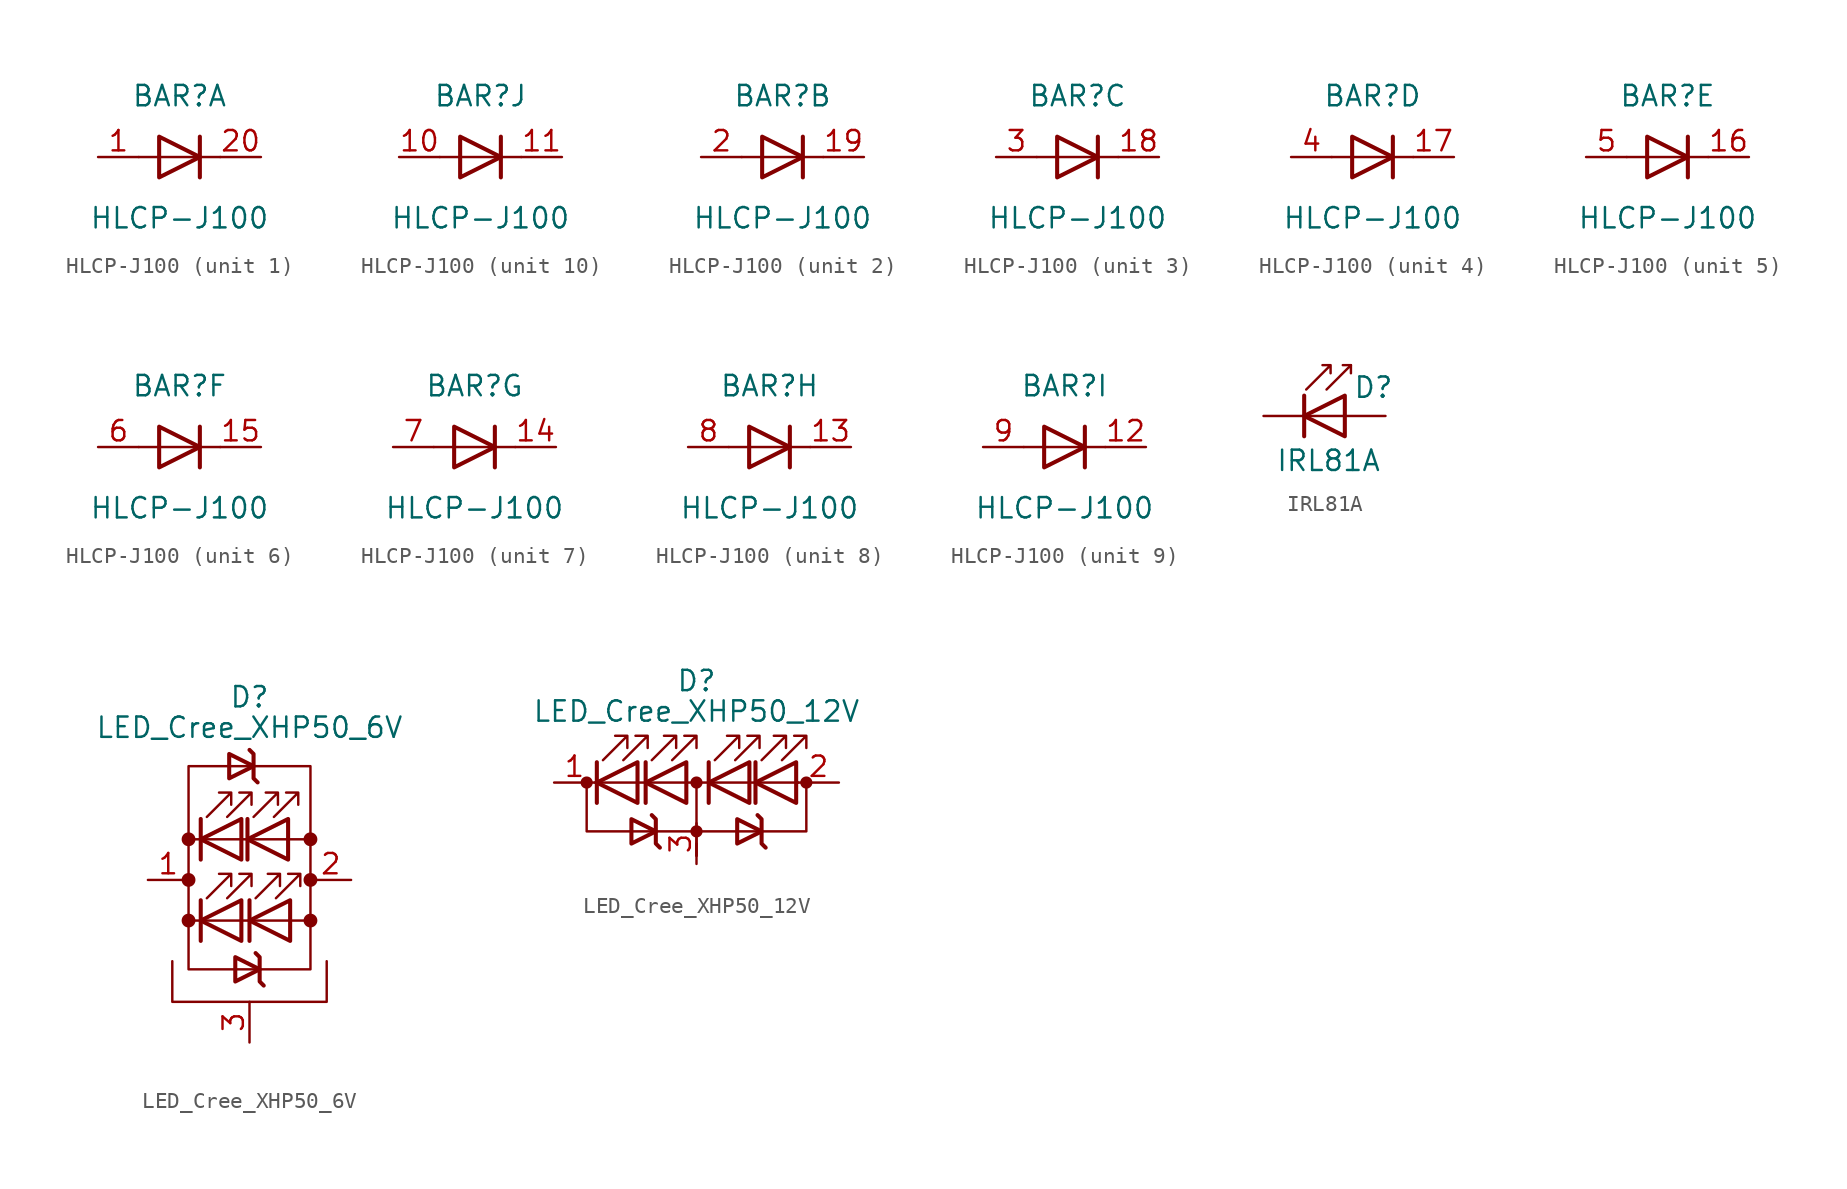
<source format=kicad_sym>
(kicad_symbol_lib
  (version 20201005)
  (generator kicad_symbol_editor)
  (symbol "HLCP-J100"
    (pin_names
      (offset 1.016) hide)
    (property "Reference" "BAR"
      (at 0 3.81 0)
      (effects (font (size 1.27 1.27))))
    (property "Value" "HLCP-J100"
      (at 0 -3.81 0)
      (effects (font (size 1.27 1.27))))
    (symbol "HLCP-J100_0_1"
      (polyline (pts (xy -2.54 0) (xy 2.54 0)) (stroke (width 0)) (fill (type none)))
      (polyline (pts (xy 1.27 -1.27) (xy 1.27 1.27)) (stroke (width 0.254)) (fill (type none)))
      (polyline (pts (xy -1.27 1.27) (xy -1.27 -1.27) (xy 1.27 0) (xy -1.27 1.27)) (stroke (width 0.254)) (fill (type none))))
    (symbol "HLCP-J100_1_1"
      (pin passive line (at -5.08 0 0) (length 2.54) (name "A" (effects (font (size 1.27 1.27)))) (number "1" (effects (font (size 1.27 1.27)))))
      (pin passive line (at 5.08 0 180) (length 2.54) (name "K" (effects (font (size 1.27 1.27)))) (number "20" (effects (font (size 1.27 1.27))))))
    (symbol "HLCP-J100_2_1"
      (pin passive line (at 5.08 0 180) (length 2.54) (name "K" (effects (font (size 1.27 1.27)))) (number "19" (effects (font (size 1.27 1.27)))))
      (pin passive line (at -5.08 0 0) (length 2.54) (name "A" (effects (font (size 1.27 1.27)))) (number "2" (effects (font (size 1.27 1.27))))))
    (symbol "HLCP-J100_3_1"
      (pin passive line (at 5.08 0 180) (length 2.54) (name "K" (effects (font (size 1.27 1.27)))) (number "18" (effects (font (size 1.27 1.27)))))
      (pin passive line (at -5.08 0 0) (length 2.54) (name "A" (effects (font (size 1.27 1.27)))) (number "3" (effects (font (size 1.27 1.27))))))
    (symbol "HLCP-J100_4_1"
      (pin passive line (at 5.08 0 180) (length 2.54) (name "K" (effects (font (size 1.27 1.27)))) (number "17" (effects (font (size 1.27 1.27)))))
      (pin passive line (at -5.08 0 0) (length 2.54) (name "A" (effects (font (size 1.27 1.27)))) (number "4" (effects (font (size 1.27 1.27))))))
    (symbol "HLCP-J100_5_1"
      (pin passive line (at 5.08 0 180) (length 2.54) (name "K" (effects (font (size 1.27 1.27)))) (number "16" (effects (font (size 1.27 1.27)))))
      (pin passive line (at -5.08 0 0) (length 2.54) (name "A" (effects (font (size 1.27 1.27)))) (number "5" (effects (font (size 1.27 1.27))))))
    (symbol "HLCP-J100_6_1"
      (pin passive line (at 5.08 0 180) (length 2.54) (name "K" (effects (font (size 1.27 1.27)))) (number "15" (effects (font (size 1.27 1.27)))))
      (pin passive line (at -5.08 0 0) (length 2.54) (name "A" (effects (font (size 1.27 1.27)))) (number "6" (effects (font (size 1.27 1.27))))))
    (symbol "HLCP-J100_7_1"
      (pin passive line (at 5.08 0 180) (length 2.54) (name "K" (effects (font (size 1.27 1.27)))) (number "14" (effects (font (size 1.27 1.27)))))
      (pin passive line (at -5.08 0 0) (length 2.54) (name "A" (effects (font (size 1.27 1.27)))) (number "7" (effects (font (size 1.27 1.27))))))
    (symbol "HLCP-J100_8_1"
      (pin passive line (at 5.08 0 180) (length 2.54) (name "K" (effects (font (size 1.27 1.27)))) (number "13" (effects (font (size 1.27 1.27)))))
      (pin passive line (at -5.08 0 0) (length 2.54) (name "A" (effects (font (size 1.27 1.27)))) (number "8" (effects (font (size 1.27 1.27))))))
    (symbol "HLCP-J100_9_1"
      (pin passive line (at 5.08 0 180) (length 2.54) (name "K" (effects (font (size 1.27 1.27)))) (number "12" (effects (font (size 1.27 1.27)))))
      (pin passive line (at -5.08 0 0) (length 2.54) (name "A" (effects (font (size 1.27 1.27)))) (number "9" (effects (font (size 1.27 1.27))))))
    (symbol "HLCP-J100_10_1"
      (pin passive line (at -5.08 0 0) (length 2.54) (name "A" (effects (font (size 1.27 1.27)))) (number "10" (effects (font (size 1.27 1.27)))))
      (pin passive line (at 5.08 0 180) (length 2.54) (name "K" (effects (font (size 1.27 1.27)))) (number "11" (effects (font (size 1.27 1.27)))))))
  (symbol "IRL81A"
    (pin_numbers hide)
    (pin_names
      (offset 1.016) hide)
    (property "Reference" "D"
      (at 0.508 1.778 0)
      (effects (font (size 1.27 1.27)) (justify left)))
    (property "Value" "IRL81A"
      (at -1.016 -2.794 0)
      (effects (font (size 1.27 1.27))))
    (symbol "IRL81A_0_1"
      (polyline (pts (xy -2.54 0) (xy 0 0)) (stroke (width 0)) (fill (type none)))
      (polyline (pts (xy -2.54 1.27) (xy -2.54 -1.27)) (stroke (width 0.254)) (fill (type none)))
      (polyline (pts (xy 0.381 3.175) (xy -0.127 3.175)) (stroke (width 0)) (fill (type none)))
      (polyline (pts (xy -1.143 1.651) (xy 0.381 3.175) (xy 0.381 2.667)) (stroke (width 0)) (fill (type none)))
      (polyline (pts (xy 0 -1.27) (xy 0 1.27) (xy -2.54 0) (xy 0 -1.27)) (stroke (width 0.254)) (fill (type none)))
      (polyline (pts (xy -2.413 1.651) (xy -0.889 3.175) (xy -0.889 2.667) (xy -0.889 3.175) (xy -1.397 3.175)) (stroke (width 0)) (fill (type none))))
    (symbol "IRL81A_1_1"
      (pin passive line (at -5.08 0 0) (length 2.54) (name "K" (effects (font (size 1.27 1.27)))) (number "1" (effects (font (size 1.27 1.27)))))
      (pin passive line (at 2.54 0 180) (length 2.54) (name "A" (effects (font (size 1.27 1.27)))) (number "2" (effects (font (size 1.27 1.27)))))))
  (symbol "LED_Cree_XHP50_6V"
    (pin_names
      (offset 1.016) hide)
    (property "Reference" "D"
      (at 0 11.43 0)
      (effects (font (size 1.27 1.27))))
    (property "Value" "LED_Cree_XHP50_6V"
      (at 0 9.525 0)
      (effects (font (size 1.27 1.27))))
    (symbol "LED_Cree_XHP50_6V_0_1"
      (circle (center -3.81 -2.54) (radius 0.356) (stroke (width 0)) (fill (type outline)))
      (circle (center -3.81 0) (radius 0.356) (stroke (width 0)) (fill (type outline)))
      (circle (center -3.81 2.54) (radius 0.356) (stroke (width 0)) (fill (type outline)))
      (circle (center 3.81 -2.54) (radius 0.356) (stroke (width 0)) (fill (type outline)))
      (circle (center 3.81 0) (radius 0.356) (stroke (width 0)) (fill (type outline)))
      (circle (center 3.81 2.54) (radius 0.356) (stroke (width 0)) (fill (type outline)))
      (polyline (pts (xy -3.81 -2.54) (xy 3.81 -2.54)) (stroke (width 0)) (fill (type none)))
      (polyline (pts (xy -3.048 -3.81) (xy -3.048 -1.27)) (stroke (width 0.254)) (fill (type none)))
      (polyline (pts (xy -3.048 1.27) (xy -3.048 3.81)) (stroke (width 0.254)) (fill (type none)))
      (polyline (pts (xy -0.127 1.27) (xy -0.127 3.81)) (stroke (width 0.254)) (fill (type none)))
      (polyline (pts (xy 0 -3.81) (xy 0 -1.27)) (stroke (width 0.254)) (fill (type none)))
      (polyline (pts (xy 3.81 2.54) (xy -3.81 2.54)) (stroke (width 0)) (fill (type none)))
      (polyline (pts (xy -4.826 -5.08) (xy -4.826 -7.62) (xy 4.826 -7.62) (xy 4.826 -5.08)) (stroke (width 0)) (fill (type none)))
      (polyline (pts (xy -0.508 -3.81) (xy -0.508 -1.27) (xy -3.048 -2.54) (xy -0.508 -3.81)) (stroke (width 0.254)) (fill (type none)))
      (polyline (pts (xy -0.508 1.27) (xy -0.508 3.81) (xy -3.048 2.54) (xy -0.508 1.27)) (stroke (width 0.254)) (fill (type none)))
      (polyline (pts (xy 0.508 6.096) (xy 0.254 6.35) (xy 0.254 7.874) (xy 0 8.128)) (stroke (width 0.254)) (fill (type none)))
      (polyline (pts (xy 0.889 -6.604) (xy 0.635 -6.35) (xy 0.635 -4.826) (xy 0.381 -4.572)) (stroke (width 0.254)) (fill (type none)))
      (polyline (pts (xy 2.413 1.27) (xy 2.413 3.81) (xy -0.127 2.54) (xy 2.413 1.27)) (stroke (width 0.254)) (fill (type none)))
      (polyline (pts (xy 2.54 -3.81) (xy 2.54 -1.27) (xy 0 -2.54) (xy 2.54 -3.81)) (stroke (width 0.254)) (fill (type none)))
      (polyline (pts (xy -3.81 -5.588) (xy -3.81 7.112) (xy 3.81 7.112) (xy 3.81 -5.588) (xy -3.81 -5.588)) (stroke (width 0)) (fill (type none)))
      (polyline (pts (xy -2.667 -1.143) (xy -1.143 0.381) (xy -1.905 0.381) (xy -1.143 0.381) (xy -1.143 -0.381)) (stroke (width 0)) (fill (type none)))
      (polyline (pts (xy -2.667 3.937) (xy -1.143 5.461) (xy -1.905 5.461) (xy -1.143 5.461) (xy -1.143 4.699)) (stroke (width 0)) (fill (type none)))
      (polyline (pts (xy -1.397 -1.143) (xy 0.127 0.381) (xy -0.635 0.381) (xy 0.127 0.381) (xy 0.127 -0.381)) (stroke (width 0)) (fill (type none)))
      (polyline (pts (xy -1.397 3.937) (xy 0.127 5.461) (xy -0.635 5.461) (xy 0.127 5.461) (xy 0.127 4.699)) (stroke (width 0)) (fill (type none)))
      (polyline (pts (xy -1.27 6.35) (xy -1.27 7.874) (xy 0.254 7.112) (xy -1.27 6.35) (xy -1.27 6.604)) (stroke (width 0.254)) (fill (type none)))
      (polyline (pts (xy -0.889 -6.35) (xy -0.889 -4.826) (xy 0.635 -5.588) (xy -0.889 -6.35) (xy -0.889 -6.096)) (stroke (width 0.254)) (fill (type none)))
      (polyline (pts (xy 0.254 3.937) (xy 1.778 5.461) (xy 1.016 5.461) (xy 1.778 5.461) (xy 1.778 4.699)) (stroke (width 0)) (fill (type none)))
      (polyline (pts (xy 0.381 -1.143) (xy 1.905 0.381) (xy 1.143 0.381) (xy 1.905 0.381) (xy 1.905 -0.381)) (stroke (width 0)) (fill (type none)))
      (polyline (pts (xy 1.524 3.937) (xy 3.048 5.461) (xy 2.286 5.461) (xy 3.048 5.461) (xy 3.048 4.699)) (stroke (width 0)) (fill (type none)))
      (polyline (pts (xy 1.651 -1.143) (xy 3.175 0.381) (xy 2.413 0.381) (xy 3.175 0.381) (xy 3.175 -0.381)) (stroke (width 0)) (fill (type none))))
    (symbol "LED_Cree_XHP50_6V_1_1"
      (pin passive line (at -6.35 0 0) (length 2.54) (name "K" (effects (font (size 1.27 1.27)))) (number "1" (effects (font (size 1.27 1.27)))))
      (pin passive line (at 6.35 0 180) (length 2.54) (name "A" (effects (font (size 1.27 1.27)))) (number "2" (effects (font (size 1.27 1.27)))))
      (pin passive line (at 0 -10.16 90) (length 2.54) (name "PAD" (effects (font (size 1.27 1.27)))) (number "3" (effects (font (size 1.27 1.27)))))))
  (symbol "LED_Cree_XHP50_12V"
    (pin_names
      (offset 1.016) hide)
    (property "Reference" "D"
      (at 0 6.35 0)
      (effects (font (size 1.27 1.27))))
    (property "Value" "LED_Cree_XHP50_12V"
      (at 0 4.445 0)
      (effects (font (size 1.27 1.27))))
    (symbol "LED_Cree_XHP50_12V_0_1"
      (circle (center -6.858 0) (radius 0.254) (stroke (width 0.254)) (fill (type outline)))
      (circle (center 0 -3.048) (radius 0.254) (stroke (width 0.254)) (fill (type outline)))
      (circle (center 0 0) (radius 0.254) (stroke (width 0.254)) (fill (type outline)))
      (circle (center 6.858 0) (radius 0.254) (stroke (width 0.254)) (fill (type outline)))
      (polyline (pts (xy -6.35 0) (xy 6.35 0)) (stroke (width 0)) (fill (type none)))
      (polyline (pts (xy -6.223 -1.27) (xy -6.223 1.27)) (stroke (width 0.254)) (fill (type none)))
      (polyline (pts (xy -3.175 -1.27) (xy -3.175 1.27)) (stroke (width 0.254)) (fill (type none)))
      (polyline (pts (xy 0 -3.81) (xy 0 -4.572)) (stroke (width 0)) (fill (type none)))
      (polyline (pts (xy 0 0) (xy 0 -4.572)) (stroke (width 0)) (fill (type none)))
      (polyline (pts (xy 0.762 -1.27) (xy 0.762 1.27)) (stroke (width 0.254)) (fill (type none)))
      (polyline (pts (xy 3.683 -1.27) (xy 3.683 1.27)) (stroke (width 0.254)) (fill (type none)))
      (polyline (pts (xy -6.858 0) (xy -6.858 -3.048) (xy 6.858 -3.048) (xy 6.858 0)) (stroke (width 0)) (fill (type none)))
      (polyline (pts (xy -3.683 -1.27) (xy -3.683 1.27) (xy -6.223 0) (xy -3.683 -1.27)) (stroke (width 0.254)) (fill (type none)))
      (polyline (pts (xy -2.286 -4.064) (xy -2.54 -3.81) (xy -2.54 -2.286) (xy -2.794 -2.032)) (stroke (width 0.254)) (fill (type none)))
      (polyline (pts (xy -0.635 -1.27) (xy -0.635 1.27) (xy -3.175 0) (xy -0.635 -1.27)) (stroke (width 0.254)) (fill (type none)))
      (polyline (pts (xy 3.302 -1.27) (xy 3.302 1.27) (xy 0.762 0) (xy 3.302 -1.27)) (stroke (width 0.254)) (fill (type none)))
      (polyline (pts (xy 4.318 -4.064) (xy 4.064 -3.81) (xy 4.064 -2.286) (xy 3.81 -2.032)) (stroke (width 0.254)) (fill (type none)))
      (polyline (pts (xy 6.223 -1.27) (xy 6.223 1.27) (xy 3.683 0) (xy 6.223 -1.27)) (stroke (width 0.254)) (fill (type none)))
      (polyline (pts (xy -5.842 1.397) (xy -4.318 2.921) (xy -5.08 2.921) (xy -4.318 2.921) (xy -4.318 2.159)) (stroke (width 0)) (fill (type none)))
      (polyline (pts (xy -4.572 1.397) (xy -3.048 2.921) (xy -3.81 2.921) (xy -3.048 2.921) (xy -3.048 2.159)) (stroke (width 0)) (fill (type none)))
      (polyline (pts (xy -4.064 -3.81) (xy -4.064 -2.286) (xy -2.54 -3.048) (xy -4.064 -3.81) (xy -4.064 -3.556)) (stroke (width 0.254)) (fill (type none)))
      (polyline (pts (xy -2.794 1.397) (xy -1.27 2.921) (xy -2.032 2.921) (xy -1.27 2.921) (xy -1.27 2.159)) (stroke (width 0)) (fill (type none)))
      (polyline (pts (xy -1.524 1.397) (xy 0 2.921) (xy -0.762 2.921) (xy 0 2.921) (xy 0 2.159)) (stroke (width 0)) (fill (type none)))
      (polyline (pts (xy 1.143 1.397) (xy 2.667 2.921) (xy 1.905 2.921) (xy 2.667 2.921) (xy 2.667 2.159)) (stroke (width 0)) (fill (type none)))
      (polyline (pts (xy 2.413 1.397) (xy 3.937 2.921) (xy 3.175 2.921) (xy 3.937 2.921) (xy 3.937 2.159)) (stroke (width 0)) (fill (type none)))
      (polyline (pts (xy 2.54 -3.81) (xy 2.54 -2.286) (xy 4.064 -3.048) (xy 2.54 -3.81) (xy 2.54 -3.556)) (stroke (width 0.254)) (fill (type none)))
      (polyline (pts (xy 4.064 1.397) (xy 5.588 2.921) (xy 4.826 2.921) (xy 5.588 2.921) (xy 5.588 2.159)) (stroke (width 0)) (fill (type none)))
      (polyline (pts (xy 5.334 1.397) (xy 6.858 2.921) (xy 6.096 2.921) (xy 6.858 2.921) (xy 6.858 2.159)) (stroke (width 0)) (fill (type none))))
    (symbol "LED_Cree_XHP50_12V_1_1"
      (pin passive line (at -8.89 0 0) (length 2.54) (name "K" (effects (font (size 1.27 1.27)))) (number "1" (effects (font (size 1.27 1.27)))))
      (pin passive line (at 8.89 0 180) (length 2.54) (name "A" (effects (font (size 1.27 1.27)))) (number "2" (effects (font (size 1.27 1.27)))))
      (pin passive line (at 0 -5.08 90) (length 2.54) (name "PAD" (effects (font (size 1.27 1.27)))) (number "3" (effects (font (size 1.27 1.27))))))))
</source>
